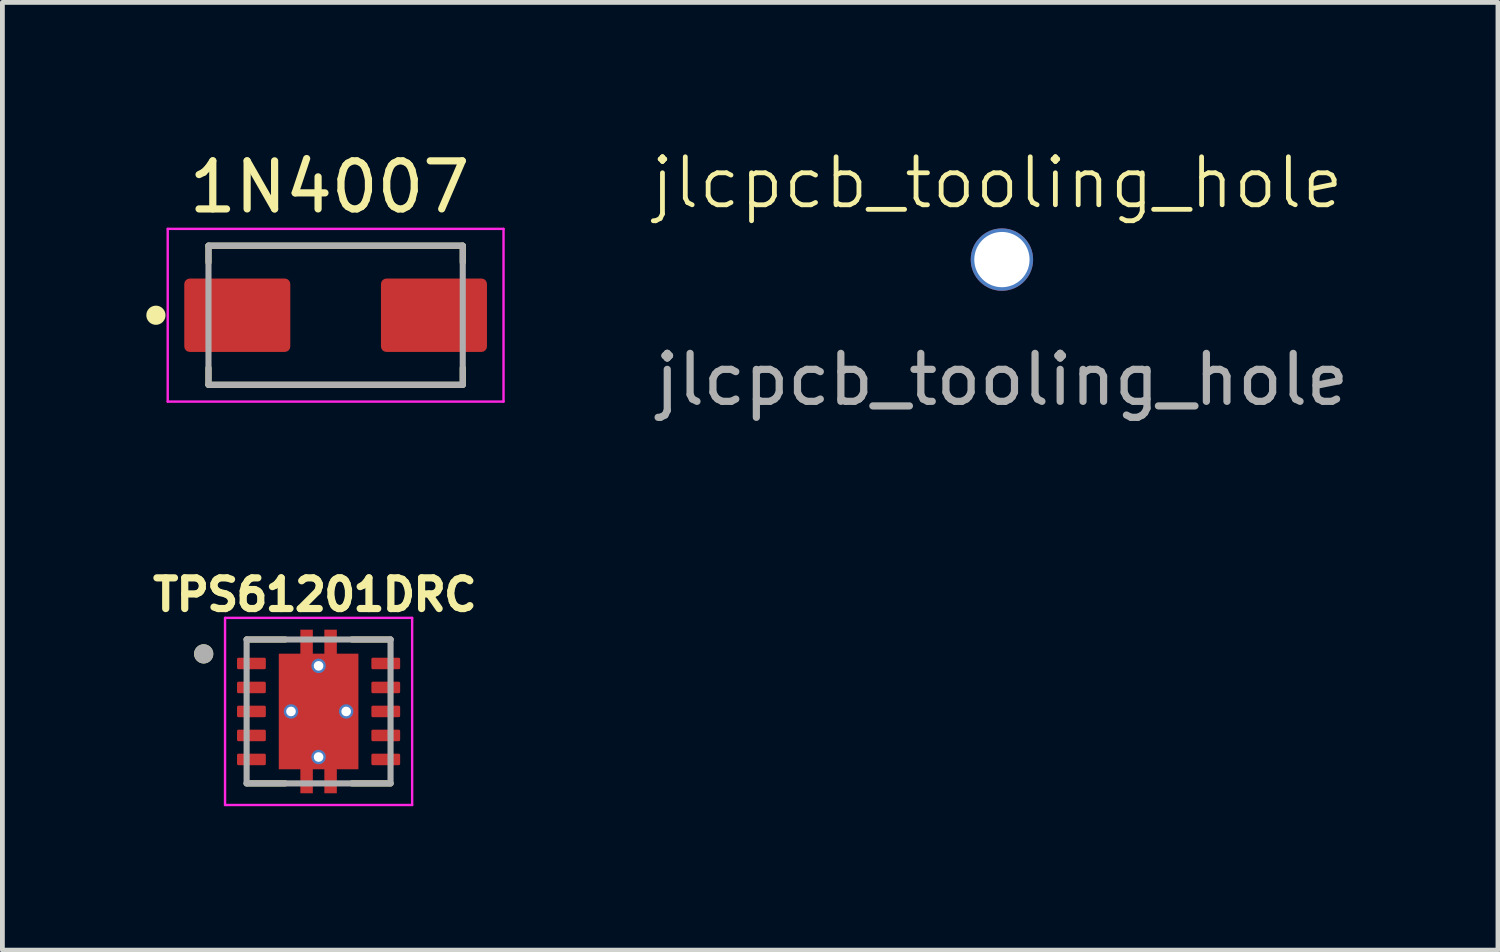
<source format=kicad_pcb>
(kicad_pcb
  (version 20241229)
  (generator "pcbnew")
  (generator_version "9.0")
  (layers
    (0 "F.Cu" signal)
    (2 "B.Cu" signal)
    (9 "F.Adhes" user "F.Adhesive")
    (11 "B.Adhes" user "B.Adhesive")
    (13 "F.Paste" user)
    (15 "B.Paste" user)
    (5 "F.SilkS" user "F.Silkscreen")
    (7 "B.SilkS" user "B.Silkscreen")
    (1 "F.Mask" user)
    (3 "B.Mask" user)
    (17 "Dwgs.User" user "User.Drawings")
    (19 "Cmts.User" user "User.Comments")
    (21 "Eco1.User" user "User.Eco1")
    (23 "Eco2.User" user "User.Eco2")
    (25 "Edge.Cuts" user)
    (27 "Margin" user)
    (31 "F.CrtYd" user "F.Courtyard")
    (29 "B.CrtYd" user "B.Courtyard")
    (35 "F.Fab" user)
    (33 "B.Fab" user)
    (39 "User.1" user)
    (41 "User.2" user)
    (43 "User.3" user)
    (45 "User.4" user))
  (footprint "TPS61201DRC"
    (layer "F.Cu")
    (at 3.591 11.78)
    (property "Reference" "TPS61201DRC" (at -0.078 -2.433 0) (layer "F.SilkS") (effects (font (size 0.64 0.64) (thickness 0.15))))
    (attr smd)
    (fp_poly (pts (xy -1.77 -1.19) (xy -1.03 -1.19) (xy -1.03 -0.81) (xy -1.77 -0.81)) (stroke (width 0.01) (type solid)) (fill yes) (layer "F.Mask"))
    (fp_poly (pts (xy -1.77 -0.69) (xy -1.03 -0.69) (xy -1.03 -0.31) (xy -1.77 -0.31)) (stroke (width 0.01) (type solid)) (fill yes) (layer "F.Mask"))
    (fp_poly (pts (xy -1.77 -0.19) (xy -1.03 -0.19) (xy -1.03 0.19) (xy -1.77 0.19)) (stroke (width 0.01) (type solid)) (fill yes) (layer "F.Mask"))
    (fp_poly (pts (xy -1.77 0.31) (xy -1.03 0.31) (xy -1.03 0.69) (xy -1.77 0.69)) (stroke (width 0.01) (type solid)) (fill yes) (layer "F.Mask"))
    (fp_poly (pts (xy -1.77 0.81) (xy -1.03 0.81) (xy -1.03 1.19) (xy -1.77 1.19)) (stroke (width 0.01) (type solid)) (fill yes) (layer "F.Mask"))
    (fp_poly (pts (xy 1.03 -1.19) (xy 1.77 -1.19) (xy 1.77 -0.81) (xy 1.03 -0.81)) (stroke (width 0.01) (type solid)) (fill yes) (layer "F.Mask"))
    (fp_poly (pts (xy 1.03 -0.69) (xy 1.77 -0.69) (xy 1.77 -0.31) (xy 1.03 -0.31)) (stroke (width 0.01) (type solid)) (fill yes) (layer "F.Mask"))
    (fp_poly (pts (xy 1.03 -0.19) (xy 1.77 -0.19) (xy 1.77 0.19) (xy 1.03 0.19)) (stroke (width 0.01) (type solid)) (fill yes) (layer "F.Mask"))
    (fp_poly (pts (xy 1.03 0.31) (xy 1.77 0.31) (xy 1.77 0.69) (xy 1.03 0.69)) (stroke (width 0.01) (type solid)) (fill yes) (layer "F.Mask"))
    (fp_poly (pts (xy 1.03 0.81) (xy 1.77 0.81) (xy 1.77 1.19) (xy 1.03 1.19)) (stroke (width 0.01) (type solid)) (fill yes) (layer "F.Mask"))
    (fp_poly (pts (xy -0.895 -1.27) (xy -0.445 -1.27) (xy -0.445 -1.77) (xy -0.055 -1.77) (xy -0.055 -1.27) (xy 0.055 -1.27) (xy 0.055 -1.77) (xy 0.445 -1.77) (xy 0.445 -1.27) (xy 0.895 -1.27) (xy 0.895 1.27) (xy 0.445 1.27) (xy 0.445 1.77) (xy 0.055 1.77) (xy 0.055 1.27) (xy -0.055 1.27) (xy -0.055 1.77) (xy -0.445 1.77) (xy -0.445 1.27) (xy -0.895 1.27)) (stroke (width 0.01) (type solid)) (fill yes) (layer "F.Mask"))
    (fp_line (start -1.5 -1.5) (end -0.695 -1.5) (stroke (width 0.127) (type solid)) (layer "F.SilkS"))
    (fp_line (start -1.5 1.5) (end -0.695 1.5) (stroke (width 0.127) (type solid)) (layer "F.SilkS"))
    (fp_line (start 0.695 -1.5) (end 1.5 -1.5) (stroke (width 0.127) (type solid)) (layer "F.SilkS"))
    (fp_line (start 0.695 1.5) (end 1.5 1.5) (stroke (width 0.127) (type solid)) (layer "F.SilkS"))
    (fp_circle (center -2.395 -1.2) (end -2.295 -1.2) (stroke (width 0.2) (type solid)) (fill no) (layer "F.SilkS"))
    (fp_poly (pts (xy -0.75 -1.16) (xy 0.75 -1.16) (xy 0.75 -0.1) (xy -0.75 -0.1)) (stroke (width 0.01) (type solid)) (fill yes) (layer "F.Paste"))
    (fp_poly (pts (xy -0.75 0.1) (xy 0.75 0.1) (xy 0.75 1.16) (xy -0.75 1.16)) (stroke (width 0.01) (type solid)) (fill yes) (layer "F.Paste"))
    (fp_poly (pts (xy -0.375 -1.7) (xy -0.125 -1.7) (xy -0.125 -1.36) (xy -0.375 -1.36)) (stroke (width 0.01) (type solid)) (fill yes) (layer "F.Paste"))
    (fp_poly (pts (xy -0.375 1.36) (xy -0.125 1.36) (xy -0.125 1.7) (xy -0.375 1.7)) (stroke (width 0.01) (type solid)) (fill yes) (layer "F.Paste"))
    (fp_poly (pts (xy 0.125 -1.7) (xy 0.375 -1.7) (xy 0.375 -1.36) (xy 0.125 -1.36)) (stroke (width 0.01) (type solid)) (fill yes) (layer "F.Paste"))
    (fp_poly (pts (xy 0.125 1.36) (xy 0.375 1.36) (xy 0.375 1.7) (xy 0.125 1.7)) (stroke (width 0.01) (type solid)) (fill yes) (layer "F.Paste"))
    (fp_line (start -1.95 -1.95) (end -1.95 1.95) (stroke (width 0.05) (type solid)) (layer "F.CrtYd"))
    (fp_line (start -1.95 -1.95) (end 1.95 -1.95) (stroke (width 0.05) (type solid)) (layer "F.CrtYd"))
    (fp_line (start -1.95 1.95) (end 1.95 1.95) (stroke (width 0.05) (type solid)) (layer "F.CrtYd"))
    (fp_line (start 1.95 -1.95) (end 1.95 1.95) (stroke (width 0.05) (type solid)) (layer "F.CrtYd"))
    (fp_line (start -1.5 -1.5) (end -1.5 1.5) (stroke (width 0.127) (type solid)) (layer "F.Fab"))
    (fp_line (start -1.5 -1.5) (end 1.5 -1.5) (stroke (width 0.127) (type solid)) (layer "F.Fab"))
    (fp_line (start -1.5 1.5) (end 1.5 1.5) (stroke (width 0.127) (type solid)) (layer "F.Fab"))
    (fp_line (start 1.5 -1.5) (end 1.5 1.5) (stroke (width 0.127) (type solid)) (layer "F.Fab"))
    (fp_circle (center -2.395 -1.2) (end -2.295 -1.2) (stroke (width 0.2) (type solid)) (fill no) (layer "F.Fab"))
    (pad "1" smd roundrect (at -1.4 -1) (size 0.6 0.24) (layers "F.Cu" "F.Paste") (roundrect_rratio 0.125))
    (pad "2" smd roundrect (at -1.4 -0.5) (size 0.6 0.24) (layers "F.Cu" "F.Paste") (roundrect_rratio 0.125))
    (pad "3" smd roundrect (at -1.4 0) (size 0.6 0.24) (layers "F.Cu" "F.Paste") (roundrect_rratio 0.125))
    (pad "4" smd roundrect (at -1.4 0.5) (size 0.6 0.24) (layers "F.Cu" "F.Paste") (roundrect_rratio 0.125))
    (pad "5" smd roundrect (at -1.4 1) (size 0.6 0.24) (layers "F.Cu" "F.Paste") (roundrect_rratio 0.125))
    (pad "6" smd roundrect (at 1.4 1) (size 0.6 0.24) (layers "F.Cu" "F.Paste") (roundrect_rratio 0.125))
    (pad "7" smd roundrect (at 1.4 0.5) (size 0.6 0.24) (layers "F.Cu" "F.Paste") (roundrect_rratio 0.125))
    (pad "8" smd roundrect (at 1.4 0) (size 0.6 0.24) (layers "F.Cu" "F.Paste") (roundrect_rratio 0.125))
    (pad "9" smd roundrect (at 1.4 -0.5) (size 0.6 0.24) (layers "F.Cu" "F.Paste") (roundrect_rratio 0.125))
    (pad "10" smd roundrect (at 1.4 -1) (size 0.6 0.24) (layers "F.Cu" "F.Paste") (roundrect_rratio 0.125))
    (pad "11" smd custom (at 0 0) (size 1.65 2.4) (layers "F.Cu") (options (anchor rect)) (primitives (gr_poly (pts (xy -0.825 -1.2) (xy -0.375 -1.2) (xy -0.375 -1.7) (xy -0.125 -1.7) (xy -0.125 -1.2) (xy 0.125 -1.2) (xy 0.125 -1.7) (xy 0.375 -1.7) (xy 0.375 -1.2) (xy 0.825 -1.2) (xy 0.825 1.2) (xy 0.375 1.2) (xy 0.375 1.7) (xy 0.125 1.7) (xy 0.125 1.2) (xy -0.125 1.2) (xy -0.125 1.7) (xy -0.375 1.7) (xy -0.375 1.2) (xy -0.825 1.2)) (width 0.01) (fill yes))))
    (pad "12" thru_hole circle (at 0 0.95) (size 0.3 0.3) (drill 0.2) (layers "*.Cu"))
    (pad "13" thru_hole circle (at -0.575 0) (size 0.3 0.3) (drill 0.2) (layers "*.Cu"))
    (pad "14" thru_hole circle (at 0.575 0) (size 0.3 0.3) (drill 0.2) (layers "*.Cu"))
    (pad "15" thru_hole circle (at 0 -0.95) (size 0.3 0.3) (drill 0.2) (layers "*.Cu")))
  (footprint "jlcpcb_tooling_hole"
    (layer "F.Cu")
    (at 17.835 2.361)
    (property "Reference" "jlcpcb_tooling_hole" (at -0.1 -1.6 0) (unlocked yes) (layer "F.SilkS") (effects (font (size 1 1) (thickness 0.1))))
    (attr through_hole)
    (fp_text user "${REFERENCE}" (at 0 2.5 0) (unlocked yes) (layer "F.Fab") (effects (font (size 1 1) (thickness 0.15))))
    (pad "" np_thru_hole circle (at 0 0) (size 1.3 1.3) (drill 1.152) (layers "*.Cu" "*.Mask")))
  (footprint "1N4007"
    (layer "F.Cu")
    (at 3.946 3.521)
    (property "Reference" "1N4007" (at -0.127 -2.672 0) (layer "F.SilkS") (effects (font (size 1.002 1.002) (thickness 0.15))))
    (attr smd)
    (fp_line (start -2.65 -1.45) (end 2.65 -1.45) (stroke (width 0.127) (type solid)) (layer "F.SilkS"))
    (fp_line (start -2.65 -1.1) (end -2.65 -1.45) (stroke (width 0.127) (type solid)) (layer "F.SilkS"))
    (fp_line (start -2.65 1.1) (end -2.65 1.45) (stroke (width 0.127) (type solid)) (layer "F.SilkS"))
    (fp_line (start -2.65 1.45) (end 2.65 1.45) (stroke (width 0.127) (type solid)) (layer "F.SilkS"))
    (fp_line (start 2.65 -1.45) (end 2.65 -1.1) (stroke (width 0.127) (type solid)) (layer "F.SilkS"))
    (fp_line (start 2.65 1.45) (end 2.65 1.1) (stroke (width 0.127) (type solid)) (layer "F.SilkS"))
    (fp_circle (center -3.746 0) (end -3.646 0) (stroke (width 0.2) (type solid)) (fill no) (layer "F.SilkS"))
    (fp_line (start -3.5 -1.8) (end 3.5 -1.8) (stroke (width 0.05) (type solid)) (layer "F.CrtYd"))
    (fp_line (start -3.5 1.8) (end -3.5 -1.8) (stroke (width 0.05) (type solid)) (layer "F.CrtYd"))
    (fp_line (start 3.5 -1.8) (end 3.5 1.8) (stroke (width 0.05) (type solid)) (layer "F.CrtYd"))
    (fp_line (start 3.5 1.8) (end -3.5 1.8) (stroke (width 0.05) (type solid)) (layer "F.CrtYd"))
    (fp_line (start -2.65 -1.45) (end 2.65 -1.45) (stroke (width 0.127) (type solid)) (layer "F.Fab"))
    (fp_line (start -2.65 1.45) (end -2.65 -1.45) (stroke (width 0.127) (type solid)) (layer "F.Fab"))
    (fp_line (start 2.65 -1.45) (end 2.65 1.45) (stroke (width 0.127) (type solid)) (layer "F.Fab"))
    (fp_line (start 2.65 1.45) (end -2.65 1.45) (stroke (width 0.127) (type solid)) (layer "F.Fab"))
    (pad "A" smd roundrect (at 2.05 0) (size 2.21 1.53) (layers "F.Cu" "F.Mask" "F.Paste") (roundrect_rratio 0.075))
    (pad "C" smd roundrect (at -2.05 0) (size 2.21 1.53) (layers "F.Cu" "F.Mask" "F.Paste") (roundrect_rratio 0.075)))
  (gr_rect
    (start -3 -3)
    (end 28.175 16.755)
    (stroke (width 0.1) (type default))
    (fill no)
    (layer "Edge.Cuts")))
</source>
